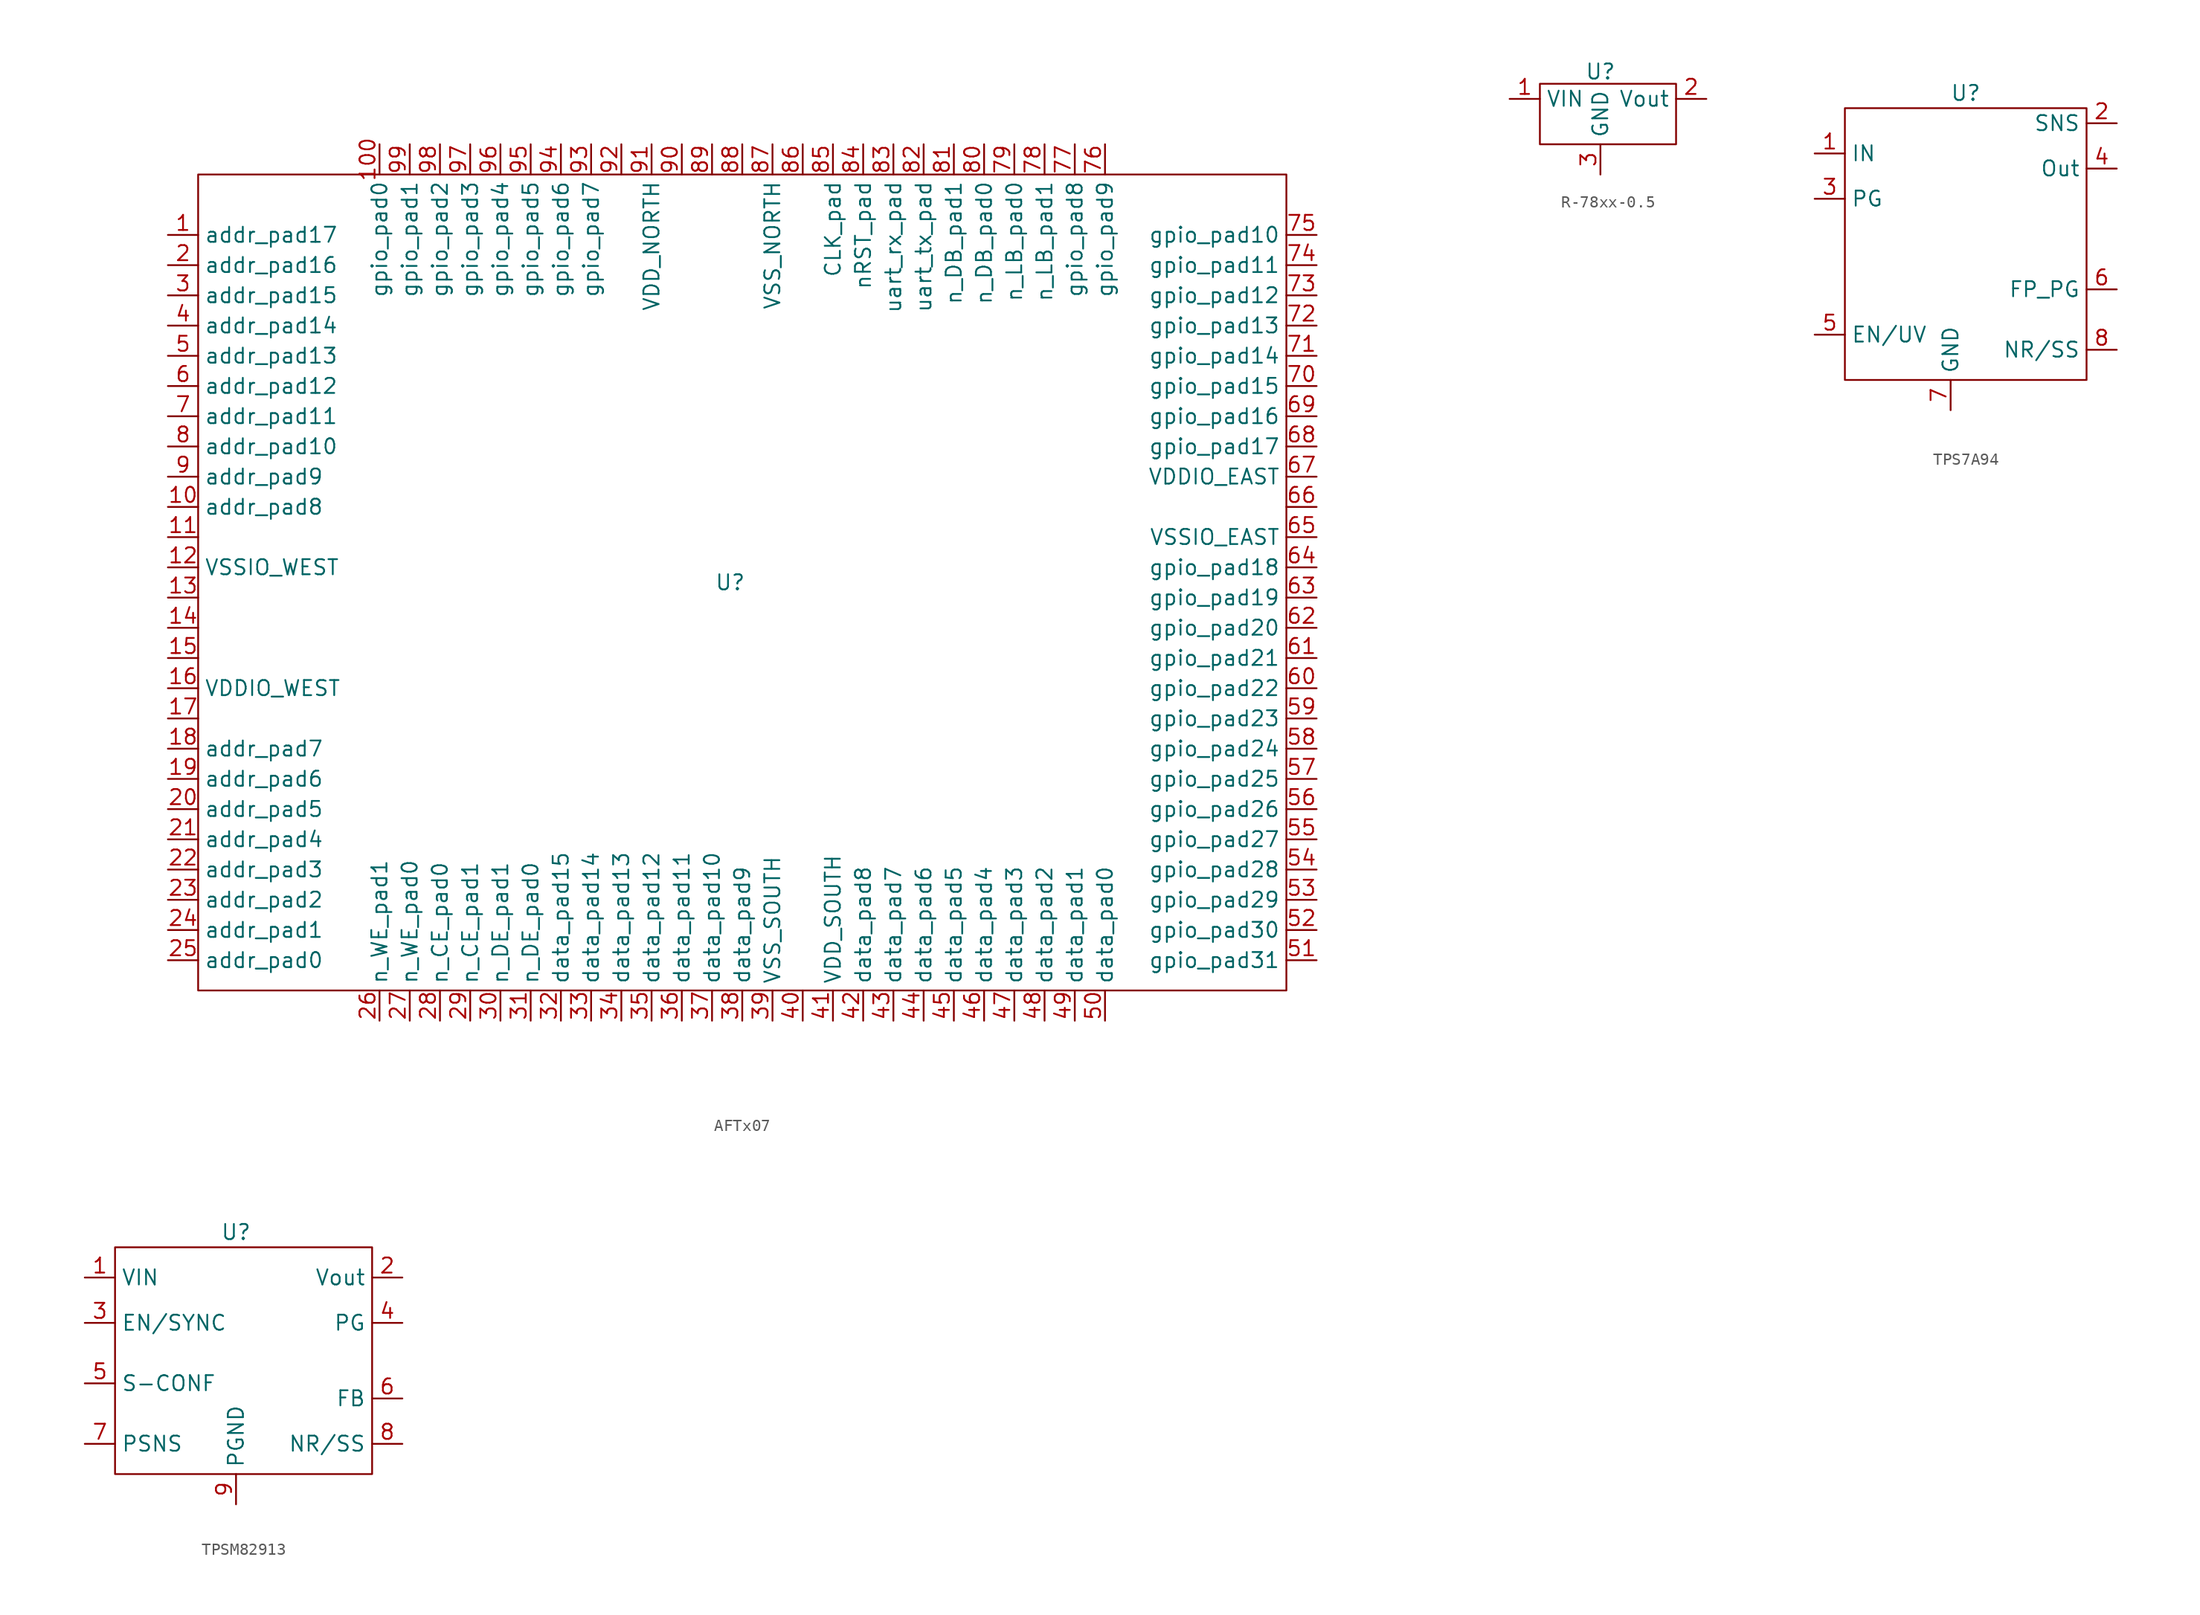
<source format=kicad_sym>
(kicad_symbol_lib
  (version 20231120)
  (generator "kicad_symbol_editor")
  (generator_version "8.0")
  (symbol "AFTx07"
    (property "Reference" "U"
      (at 42.164 34.29 0)
      (effects (font (size 1.27 1.27))))
    (property "Value" ""
      (at 0 0 0)
      (effects (font (size 1.27 1.27))))
    (symbol "AFTx07_0_1"
      (rectangle (start -2.54 68.58) (end 88.9 0) (stroke (width 0) (type default)) (fill (type none))))
    (symbol "AFTx07_1_1"
      (pin bidirectional line (at -5.08 63.5 0) (length 2.54) (name "addr_pad17" (effects (font (size 1.27 1.27)))) (number "1" (effects (font (size 1.27 1.27)))))
      (pin bidirectional line (at -5.08 40.64 0) (length 2.54) (name "addr_pad8" (effects (font (size 1.27 1.27)))) (number "10" (effects (font (size 1.27 1.27)))))
      (pin bidirectional line (at 12.7 71.12 270) (length 2.54) (name "gpio_pad0" (effects (font (size 1.27 1.27)))) (number "100" (effects (font (size 1.27 1.27)))))
      (pin bidirectional line (at -5.08 38.1 0) (length 2.54) (name "" (effects (font (size 1.27 1.27)))) (number "11" (effects (font (size 1.27 1.27)))))
      (pin power_in line (at -5.08 35.56 0) (length 2.54) (name "VSSIO_WEST" (effects (font (size 1.27 1.27)))) (number "12" (effects (font (size 1.27 1.27)))))
      (pin bidirectional line (at -5.08 33.02 0) (length 2.54) (name "" (effects (font (size 1.27 1.27)))) (number "13" (effects (font (size 1.27 1.27)))))
      (pin bidirectional line (at -5.08 30.48 0) (length 2.54) (name "" (effects (font (size 1.27 1.27)))) (number "14" (effects (font (size 1.27 1.27)))))
      (pin bidirectional line (at -5.08 27.94 0) (length 2.54) (name "" (effects (font (size 1.27 1.27)))) (number "15" (effects (font (size 1.27 1.27)))))
      (pin power_in line (at -5.08 25.4 0) (length 2.54) (name "VDDIO_WEST" (effects (font (size 1.27 1.27)))) (number "16" (effects (font (size 1.27 1.27)))))
      (pin bidirectional line (at -5.08 22.86 0) (length 2.54) (name "" (effects (font (size 1.27 1.27)))) (number "17" (effects (font (size 1.27 1.27)))))
      (pin bidirectional line (at -5.08 20.32 0) (length 2.54) (name "addr_pad7" (effects (font (size 1.27 1.27)))) (number "18" (effects (font (size 1.27 1.27)))))
      (pin bidirectional line (at -5.08 17.78 0) (length 2.54) (name "addr_pad6" (effects (font (size 1.27 1.27)))) (number "19" (effects (font (size 1.27 1.27)))))
      (pin bidirectional line (at -5.08 60.96 0) (length 2.54) (name "addr_pad16" (effects (font (size 1.27 1.27)))) (number "2" (effects (font (size 1.27 1.27)))))
      (pin bidirectional line (at -5.08 15.24 0) (length 2.54) (name "addr_pad5" (effects (font (size 1.27 1.27)))) (number "20" (effects (font (size 1.27 1.27)))))
      (pin bidirectional line (at -5.08 12.7 0) (length 2.54) (name "addr_pad4" (effects (font (size 1.27 1.27)))) (number "21" (effects (font (size 1.27 1.27)))))
      (pin bidirectional line (at -5.08 10.16 0) (length 2.54) (name "addr_pad3" (effects (font (size 1.27 1.27)))) (number "22" (effects (font (size 1.27 1.27)))))
      (pin bidirectional line (at -5.08 7.62 0) (length 2.54) (name "addr_pad2" (effects (font (size 1.27 1.27)))) (number "23" (effects (font (size 1.27 1.27)))))
      (pin bidirectional line (at -5.08 5.08 0) (length 2.54) (name "addr_pad1" (effects (font (size 1.27 1.27)))) (number "24" (effects (font (size 1.27 1.27)))))
      (pin bidirectional line (at -5.08 2.54 0) (length 2.54) (name "addr_pad0" (effects (font (size 1.27 1.27)))) (number "25" (effects (font (size 1.27 1.27)))))
      (pin bidirectional line (at 12.7 -2.54 90) (length 2.54) (name "n_WE_pad1" (effects (font (size 1.27 1.27)))) (number "26" (effects (font (size 1.27 1.27)))))
      (pin bidirectional line (at 15.24 -2.54 90) (length 2.54) (name "n_WE_pad0" (effects (font (size 1.27 1.27)))) (number "27" (effects (font (size 1.27 1.27)))))
      (pin bidirectional line (at 17.78 -2.54 90) (length 2.54) (name "n_CE_pad0" (effects (font (size 1.27 1.27)))) (number "28" (effects (font (size 1.27 1.27)))))
      (pin bidirectional line (at 20.32 -2.54 90) (length 2.54) (name "n_CE_pad1" (effects (font (size 1.27 1.27)))) (number "29" (effects (font (size 1.27 1.27)))))
      (pin bidirectional line (at -5.08 58.42 0) (length 2.54) (name "addr_pad15" (effects (font (size 1.27 1.27)))) (number "3" (effects (font (size 1.27 1.27)))))
      (pin bidirectional line (at 22.86 -2.54 90) (length 2.54) (name "n_DE_pad1" (effects (font (size 1.27 1.27)))) (number "30" (effects (font (size 1.27 1.27)))))
      (pin bidirectional line (at 25.4 -2.54 90) (length 2.54) (name "n_DE_pad0" (effects (font (size 1.27 1.27)))) (number "31" (effects (font (size 1.27 1.27)))))
      (pin bidirectional line (at 27.94 -2.54 90) (length 2.54) (name "data_pad15" (effects (font (size 1.27 1.27)))) (number "32" (effects (font (size 1.27 1.27)))))
      (pin bidirectional line (at 30.48 -2.54 90) (length 2.54) (name "data_pad14" (effects (font (size 1.27 1.27)))) (number "33" (effects (font (size 1.27 1.27)))))
      (pin bidirectional line (at 33.02 -2.54 90) (length 2.54) (name "data_pad13" (effects (font (size 1.27 1.27)))) (number "34" (effects (font (size 1.27 1.27)))))
      (pin bidirectional line (at 35.56 -2.54 90) (length 2.54) (name "data_pad12" (effects (font (size 1.27 1.27)))) (number "35" (effects (font (size 1.27 1.27)))))
      (pin bidirectional line (at 38.1 -2.54 90) (length 2.54) (name "data_pad11" (effects (font (size 1.27 1.27)))) (number "36" (effects (font (size 1.27 1.27)))))
      (pin bidirectional line (at 40.64 -2.54 90) (length 2.54) (name "data_pad10" (effects (font (size 1.27 1.27)))) (number "37" (effects (font (size 1.27 1.27)))))
      (pin bidirectional line (at 43.18 -2.54 90) (length 2.54) (name "data_pad9" (effects (font (size 1.27 1.27)))) (number "38" (effects (font (size 1.27 1.27)))))
      (pin power_in line (at 45.72 -2.54 90) (length 2.54) (name "VSS_SOUTH" (effects (font (size 1.27 1.27)))) (number "39" (effects (font (size 1.27 1.27)))))
      (pin bidirectional line (at -5.08 55.88 0) (length 2.54) (name "addr_pad14" (effects (font (size 1.27 1.27)))) (number "4" (effects (font (size 1.27 1.27)))))
      (pin bidirectional line (at 48.26 -2.54 90) (length 2.54) (name "" (effects (font (size 1.27 1.27)))) (number "40" (effects (font (size 1.27 1.27)))))
      (pin power_in line (at 50.8 -2.54 90) (length 2.54) (name "VDD_SOUTH" (effects (font (size 1.27 1.27)))) (number "41" (effects (font (size 1.27 1.27)))))
      (pin bidirectional line (at 53.34 -2.54 90) (length 2.54) (name "data_pad8" (effects (font (size 1.27 1.27)))) (number "42" (effects (font (size 1.27 1.27)))))
      (pin bidirectional line (at 55.88 -2.54 90) (length 2.54) (name "data_pad7" (effects (font (size 1.27 1.27)))) (number "43" (effects (font (size 1.27 1.27)))))
      (pin bidirectional line (at 58.42 -2.54 90) (length 2.54) (name "data_pad6" (effects (font (size 1.27 1.27)))) (number "44" (effects (font (size 1.27 1.27)))))
      (pin bidirectional line (at 60.96 -2.54 90) (length 2.54) (name "data_pad5" (effects (font (size 1.27 1.27)))) (number "45" (effects (font (size 1.27 1.27)))))
      (pin bidirectional line (at 63.5 -2.54 90) (length 2.54) (name "data_pad4" (effects (font (size 1.27 1.27)))) (number "46" (effects (font (size 1.27 1.27)))))
      (pin bidirectional line (at 66.04 -2.54 90) (length 2.54) (name "data_pad3" (effects (font (size 1.27 1.27)))) (number "47" (effects (font (size 1.27 1.27)))))
      (pin bidirectional line (at 68.58 -2.54 90) (length 2.54) (name "data_pad2" (effects (font (size 1.27 1.27)))) (number "48" (effects (font (size 1.27 1.27)))))
      (pin bidirectional line (at 71.12 -2.54 90) (length 2.54) (name "data_pad1" (effects (font (size 1.27 1.27)))) (number "49" (effects (font (size 1.27 1.27)))))
      (pin bidirectional line (at -5.08 53.34 0) (length 2.54) (name "addr_pad13" (effects (font (size 1.27 1.27)))) (number "5" (effects (font (size 1.27 1.27)))))
      (pin bidirectional line (at 73.66 -2.54 90) (length 2.54) (name "data_pad0" (effects (font (size 1.27 1.27)))) (number "50" (effects (font (size 1.27 1.27)))))
      (pin bidirectional line (at 91.44 2.54 180) (length 2.54) (name "gpio_pad31" (effects (font (size 1.27 1.27)))) (number "51" (effects (font (size 1.27 1.27)))))
      (pin bidirectional line (at 91.44 5.08 180) (length 2.54) (name "gpio_pad30" (effects (font (size 1.27 1.27)))) (number "52" (effects (font (size 1.27 1.27)))))
      (pin bidirectional line (at 91.44 7.62 180) (length 2.54) (name "gpio_pad29" (effects (font (size 1.27 1.27)))) (number "53" (effects (font (size 1.27 1.27)))))
      (pin bidirectional line (at 91.44 10.16 180) (length 2.54) (name "gpio_pad28" (effects (font (size 1.27 1.27)))) (number "54" (effects (font (size 1.27 1.27)))))
      (pin bidirectional line (at 91.44 12.7 180) (length 2.54) (name "gpio_pad27" (effects (font (size 1.27 1.27)))) (number "55" (effects (font (size 1.27 1.27)))))
      (pin bidirectional line (at 91.44 15.24 180) (length 2.54) (name "gpio_pad26" (effects (font (size 1.27 1.27)))) (number "56" (effects (font (size 1.27 1.27)))))
      (pin bidirectional line (at 91.44 17.78 180) (length 2.54) (name "gpio_pad25" (effects (font (size 1.27 1.27)))) (number "57" (effects (font (size 1.27 1.27)))))
      (pin bidirectional line (at 91.44 20.32 180) (length 2.54) (name "gpio_pad24" (effects (font (size 1.27 1.27)))) (number "58" (effects (font (size 1.27 1.27)))))
      (pin bidirectional line (at 91.44 22.86 180) (length 2.54) (name "gpio_pad23" (effects (font (size 1.27 1.27)))) (number "59" (effects (font (size 1.27 1.27)))))
      (pin bidirectional line (at -5.08 50.8 0) (length 2.54) (name "addr_pad12" (effects (font (size 1.27 1.27)))) (number "6" (effects (font (size 1.27 1.27)))))
      (pin bidirectional line (at 91.44 25.4 180) (length 2.54) (name "gpio_pad22" (effects (font (size 1.27 1.27)))) (number "60" (effects (font (size 1.27 1.27)))))
      (pin bidirectional line (at 91.44 27.94 180) (length 2.54) (name "gpio_pad21" (effects (font (size 1.27 1.27)))) (number "61" (effects (font (size 1.27 1.27)))))
      (pin bidirectional line (at 91.44 30.48 180) (length 2.54) (name "gpio_pad20" (effects (font (size 1.27 1.27)))) (number "62" (effects (font (size 1.27 1.27)))))
      (pin bidirectional line (at 91.44 33.02 180) (length 2.54) (name "gpio_pad19" (effects (font (size 1.27 1.27)))) (number "63" (effects (font (size 1.27 1.27)))))
      (pin bidirectional line (at 91.44 35.56 180) (length 2.54) (name "gpio_pad18" (effects (font (size 1.27 1.27)))) (number "64" (effects (font (size 1.27 1.27)))))
      (pin power_in line (at 91.44 38.1 180) (length 2.54) (name "VSSIO_EAST" (effects (font (size 1.27 1.27)))) (number "65" (effects (font (size 1.27 1.27)))))
      (pin bidirectional line (at 91.44 40.64 180) (length 2.54) (name "" (effects (font (size 1.27 1.27)))) (number "66" (effects (font (size 1.27 1.27)))))
      (pin power_in line (at 91.44 43.18 180) (length 2.54) (name "VDDIO_EAST" (effects (font (size 1.27 1.27)))) (number "67" (effects (font (size 1.27 1.27)))))
      (pin bidirectional line (at 91.44 45.72 180) (length 2.54) (name "gpio_pad17" (effects (font (size 1.27 1.27)))) (number "68" (effects (font (size 1.27 1.27)))))
      (pin bidirectional line (at 91.44 48.26 180) (length 2.54) (name "gpio_pad16" (effects (font (size 1.27 1.27)))) (number "69" (effects (font (size 1.27 1.27)))))
      (pin bidirectional line (at -5.08 48.26 0) (length 2.54) (name "addr_pad11" (effects (font (size 1.27 1.27)))) (number "7" (effects (font (size 1.27 1.27)))))
      (pin bidirectional line (at 91.44 50.8 180) (length 2.54) (name "gpio_pad15" (effects (font (size 1.27 1.27)))) (number "70" (effects (font (size 1.27 1.27)))))
      (pin bidirectional line (at 91.44 53.34 180) (length 2.54) (name "gpio_pad14" (effects (font (size 1.27 1.27)))) (number "71" (effects (font (size 1.27 1.27)))))
      (pin bidirectional line (at 91.44 55.88 180) (length 2.54) (name "gpio_pad13" (effects (font (size 1.27 1.27)))) (number "72" (effects (font (size 1.27 1.27)))))
      (pin bidirectional line (at 91.44 58.42 180) (length 2.54) (name "gpio_pad12" (effects (font (size 1.27 1.27)))) (number "73" (effects (font (size 1.27 1.27)))))
      (pin bidirectional line (at 91.44 60.96 180) (length 2.54) (name "gpio_pad11" (effects (font (size 1.27 1.27)))) (number "74" (effects (font (size 1.27 1.27)))))
      (pin bidirectional line (at 91.44 63.5 180) (length 2.54) (name "gpio_pad10" (effects (font (size 1.27 1.27)))) (number "75" (effects (font (size 1.27 1.27)))))
      (pin bidirectional line (at 73.66 71.12 270) (length 2.54) (name "gpio_pad9" (effects (font (size 1.27 1.27)))) (number "76" (effects (font (size 1.27 1.27)))))
      (pin bidirectional line (at 71.12 71.12 270) (length 2.54) (name "gpio_pad8" (effects (font (size 1.27 1.27)))) (number "77" (effects (font (size 1.27 1.27)))))
      (pin bidirectional line (at 68.58 71.12 270) (length 2.54) (name "n_LB_pad1" (effects (font (size 1.27 1.27)))) (number "78" (effects (font (size 1.27 1.27)))))
      (pin bidirectional line (at 66.04 71.12 270) (length 2.54) (name "n_LB_pad0" (effects (font (size 1.27 1.27)))) (number "79" (effects (font (size 1.27 1.27)))))
      (pin bidirectional line (at -5.08 45.72 0) (length 2.54) (name "addr_pad10" (effects (font (size 1.27 1.27)))) (number "8" (effects (font (size 1.27 1.27)))))
      (pin bidirectional line (at 63.5 71.12 270) (length 2.54) (name "n_DB_pad0" (effects (font (size 1.27 1.27)))) (number "80" (effects (font (size 1.27 1.27)))))
      (pin bidirectional line (at 60.96 71.12 270) (length 2.54) (name "n_DB_pad1" (effects (font (size 1.27 1.27)))) (number "81" (effects (font (size 1.27 1.27)))))
      (pin bidirectional line (at 58.42 71.12 270) (length 2.54) (name "uart_tx_pad" (effects (font (size 1.27 1.27)))) (number "82" (effects (font (size 1.27 1.27)))))
      (pin bidirectional line (at 55.88 71.12 270) (length 2.54) (name "uart_rx_pad" (effects (font (size 1.27 1.27)))) (number "83" (effects (font (size 1.27 1.27)))))
      (pin bidirectional line (at 53.34 71.12 270) (length 2.54) (name "nRST_pad" (effects (font (size 1.27 1.27)))) (number "84" (effects (font (size 1.27 1.27)))))
      (pin input line (at 50.8 71.12 270) (length 2.54) (name "CLK_pad" (effects (font (size 1.27 1.27)))) (number "85" (effects (font (size 1.27 1.27)))))
      (pin bidirectional line (at 48.26 71.12 270) (length 2.54) (name "" (effects (font (size 1.27 1.27)))) (number "86" (effects (font (size 1.27 1.27)))))
      (pin power_in line (at 45.72 71.12 270) (length 2.54) (name "VSS_NORTH" (effects (font (size 1.27 1.27)))) (number "87" (effects (font (size 1.27 1.27)))))
      (pin bidirectional line (at 43.18 71.12 270) (length 2.54) (name "" (effects (font (size 1.27 1.27)))) (number "88" (effects (font (size 1.27 1.27)))))
      (pin bidirectional line (at 40.64 71.12 270) (length 2.54) (name "" (effects (font (size 1.27 1.27)))) (number "89" (effects (font (size 1.27 1.27)))))
      (pin bidirectional line (at -5.08 43.18 0) (length 2.54) (name "addr_pad9" (effects (font (size 1.27 1.27)))) (number "9" (effects (font (size 1.27 1.27)))))
      (pin bidirectional line (at 38.1 71.12 270) (length 2.54) (name "" (effects (font (size 1.27 1.27)))) (number "90" (effects (font (size 1.27 1.27)))))
      (pin power_in line (at 35.56 71.12 270) (length 2.54) (name "VDD_NORTH" (effects (font (size 1.27 1.27)))) (number "91" (effects (font (size 1.27 1.27)))))
      (pin bidirectional line (at 33.02 71.12 270) (length 2.54) (name "" (effects (font (size 1.27 1.27)))) (number "92" (effects (font (size 1.27 1.27)))))
      (pin bidirectional line (at 30.48 71.12 270) (length 2.54) (name "gpio_pad7" (effects (font (size 1.27 1.27)))) (number "93" (effects (font (size 1.27 1.27)))))
      (pin bidirectional line (at 27.94 71.12 270) (length 2.54) (name "gpio_pad6" (effects (font (size 1.27 1.27)))) (number "94" (effects (font (size 1.27 1.27)))))
      (pin bidirectional line (at 25.4 71.12 270) (length 2.54) (name "gpio_pad5" (effects (font (size 1.27 1.27)))) (number "95" (effects (font (size 1.27 1.27)))))
      (pin bidirectional line (at 22.86 71.12 270) (length 2.54) (name "gpio_pad4" (effects (font (size 1.27 1.27)))) (number "96" (effects (font (size 1.27 1.27)))))
      (pin bidirectional line (at 20.32 71.12 270) (length 2.54) (name "gpio_pad3" (effects (font (size 1.27 1.27)))) (number "97" (effects (font (size 1.27 1.27)))))
      (pin bidirectional line (at 17.78 71.12 270) (length 2.54) (name "gpio_pad2" (effects (font (size 1.27 1.27)))) (number "98" (effects (font (size 1.27 1.27)))))
      (pin bidirectional line (at 15.24 71.12 270) (length 2.54) (name "gpio_pad1" (effects (font (size 1.27 1.27)))) (number "99" (effects (font (size 1.27 1.27)))))))
  (symbol "R-78xx-0.5"
    (property "Reference" "U"
      (at 0 3.556 0)
      (effects (font (size 1.27 1.27))))
    (property "Value" ""
      (at 0 0 0)
      (effects (font (size 1.27 1.27))))
    (symbol "R-78xx-0.5_1_1"
      (rectangle (start -5.08 2.54) (end 6.35 -2.54) (stroke (width 0) (type default)) (fill (type none)))
      (pin input line (at -7.62 1.27 0) (length 2.54) (name "VIN" (effects (font (size 1.27 1.27)))) (number "1" (effects (font (size 1.27 1.27)))))
      (pin output line (at 8.89 1.27 180) (length 2.54) (name "Vout" (effects (font (size 1.27 1.27)))) (number "2" (effects (font (size 1.27 1.27)))))
      (pin input line (at 0 -5.08 90) (length 2.54) (name "GND" (effects (font (size 1.27 1.27)))) (number "3" (effects (font (size 1.27 1.27)))))))
  (symbol "TPS7A94"
    (property "Reference" "U"
      (at 0 12.7 0)
      (do_not_autoplace)
      (effects (font (size 1.27 1.27))))
    (property "Value" ""
      (at 1.27 5.08 0)
      (effects (font (size 1.27 1.27))))
    (symbol "TPS7A94_0_1"
      (rectangle (start -10.16 11.43) (end 10.16 -11.43) (stroke (width 0) (type default)) (fill (type none))))
    (symbol "TPS7A94_1_1"
      (pin input line (at -12.7 7.62 0) (length 2.54) (name "IN" (effects (font (size 1.27 1.27)))) (number "1" (effects (font (size 1.27 1.27)))))
      (pin input line (at 12.7 10.16 180) (length 2.54) (name "SNS" (effects (font (size 1.27 1.27)))) (number "2" (effects (font (size 1.27 1.27)))))
      (pin output line (at -12.7 3.81 0) (length 2.54) (name "PG" (effects (font (size 1.27 1.27)))) (number "3" (effects (font (size 1.27 1.27)))))
      (pin output line (at 12.7 6.35 180) (length 2.54) (name "Out" (effects (font (size 1.27 1.27)))) (number "4" (effects (font (size 1.27 1.27)))))
      (pin bidirectional line (at -12.7 -7.62 0) (length 2.54) (name "EN/UV" (effects (font (size 1.27 1.27)))) (number "5" (effects (font (size 1.27 1.27)))))
      (pin output line (at 12.7 -3.81 180) (length 2.54) (name "FP_PG" (effects (font (size 1.27 1.27)))) (number "6" (effects (font (size 1.27 1.27)))))
      (pin input line (at -1.27 -13.97 90) (length 2.54) (name "GND" (effects (font (size 1.27 1.27)))) (number "7" (effects (font (size 1.27 1.27)))))
      (pin input line (at 12.7 -8.89 180) (length 2.54) (name "NR/SS" (effects (font (size 1.27 1.27)))) (number "8" (effects (font (size 1.27 1.27)))))))
  (symbol "TPSM82913"
    (property "Reference" "U"
      (at 0 10.16 0)
      (do_not_autoplace)
      (effects (font (size 1.27 1.27))))
    (property "Value" ""
      (at 1.27 1.27 0)
      (effects (font (size 1.27 1.27))))
    (symbol "TPSM82913_1_0"
      (rectangle (start -10.16 8.89) (end 11.43 -10.16) (stroke (width 0) (type default)) (fill (type none))))
    (symbol "TPSM82913_1_1"
      (pin input line (at -12.7 6.35 0) (length 2.54) (name "VIN" (effects (font (size 1.27 1.27)))) (number "1" (effects (font (size 1.27 1.27)))))
      (pin output line (at 13.97 6.35 180) (length 2.54) (name "Vout" (effects (font (size 1.27 1.27)))) (number "2" (effects (font (size 1.27 1.27)))))
      (pin input line (at -12.7 2.54 0) (length 2.54) (name "EN/SYNC" (effects (font (size 1.27 1.27)))) (number "3" (effects (font (size 1.27 1.27)))))
      (pin output line (at 13.97 2.54 180) (length 2.54) (name "PG" (effects (font (size 1.27 1.27)))) (number "4" (effects (font (size 1.27 1.27)))))
      (pin input line (at -12.7 -2.54 0) (length 2.54) (name "S-CONF" (effects (font (size 1.27 1.27)))) (number "5" (effects (font (size 1.27 1.27)))))
      (pin input line (at 13.97 -3.81 180) (length 2.54) (name "FB" (effects (font (size 1.27 1.27)))) (number "6" (effects (font (size 1.27 1.27)))))
      (pin input line (at -12.7 -7.62 0) (length 2.54) (name "PSNS" (effects (font (size 1.27 1.27)))) (number "7" (effects (font (size 1.27 1.27)))))
      (pin input line (at 13.97 -7.62 180) (length 2.54) (name "NR/SS" (effects (font (size 1.27 1.27)))) (number "8" (effects (font (size 1.27 1.27)))))
      (pin input line (at 0 -12.7 90) (length 2.54) (name "PGND" (effects (font (size 1.27 1.27)))) (number "9" (effects (font (size 1.27 1.27))))))))
</source>
